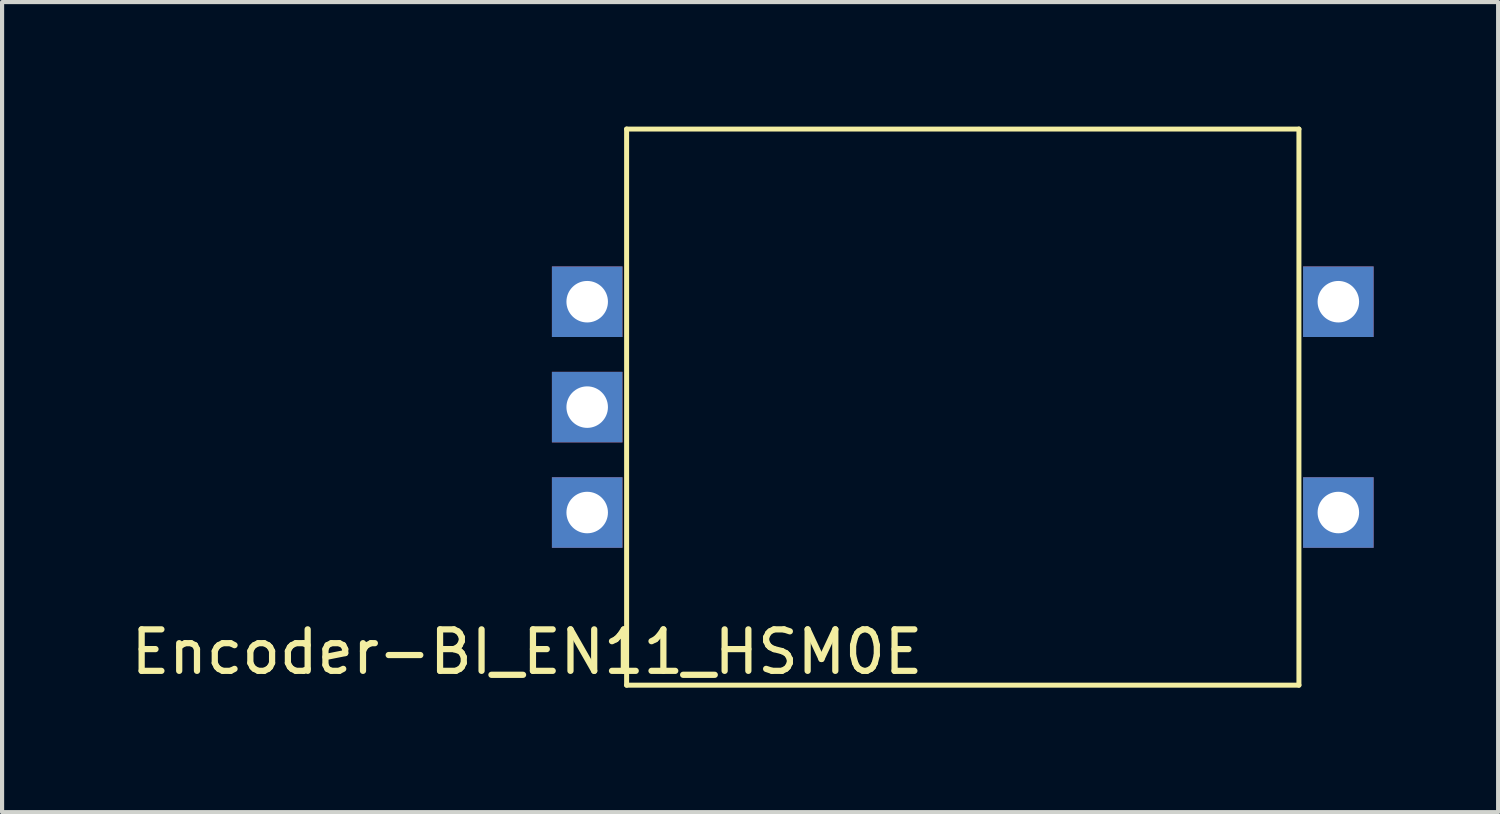
<source format=kicad_pcb>
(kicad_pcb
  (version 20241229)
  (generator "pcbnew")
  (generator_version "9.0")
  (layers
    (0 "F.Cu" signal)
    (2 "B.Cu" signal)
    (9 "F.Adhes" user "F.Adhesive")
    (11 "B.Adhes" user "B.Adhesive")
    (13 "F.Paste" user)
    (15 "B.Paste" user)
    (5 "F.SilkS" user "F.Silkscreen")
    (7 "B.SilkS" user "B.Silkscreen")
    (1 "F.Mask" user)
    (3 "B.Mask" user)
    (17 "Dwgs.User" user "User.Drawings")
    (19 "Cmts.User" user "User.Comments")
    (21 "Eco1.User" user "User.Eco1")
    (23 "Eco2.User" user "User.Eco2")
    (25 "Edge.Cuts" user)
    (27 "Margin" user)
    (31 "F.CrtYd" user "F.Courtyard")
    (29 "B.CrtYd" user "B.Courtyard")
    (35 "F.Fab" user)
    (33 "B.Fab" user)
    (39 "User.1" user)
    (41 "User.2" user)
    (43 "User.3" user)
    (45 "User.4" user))
  (footprint "Encoder-BI_EN11_HSM0E"
    (layer "F.Cu")
    (at 20.149 6.76)
    (property "Reference" "Encoder-BI_EN11_HSM0E" (at -10.5 5.9 0) (layer "F.SilkS") (effects (font (size 1 1) (thickness 0.15))))
    (attr through_hole)
    (fp_line (start -8.1 -6.7) (end 8.1 -6.7) (stroke (width 0.12) (type solid)) (layer "F.SilkS"))
    (fp_line (start -8.1 6.7) (end -8.1 -6.7) (stroke (width 0.12) (type solid)) (layer "F.SilkS"))
    (fp_line (start 8.1 6.7) (end -8.1 6.7) (stroke (width 0.12) (type solid)) (layer "F.SilkS"))
    (fp_line (start 8.1 6.7) (end 8.1 -6.7) (stroke (width 0.12) (type solid)) (layer "F.SilkS"))
    (pad "A" thru_hole rect (at -9.05 2.54) (size 1.7 1.7) (drill 1) (layers "*.Cu" "*.Mask"))
    (pad "B" thru_hole rect (at -9.05 -2.54) (size 1.7 1.7) (drill 1) (layers "*.Cu" "*.Mask"))
    (pad "C" thru_hole rect (at -9.05 0) (size 1.7 1.7) (drill 1) (layers "*.Cu" "*.Mask"))
    (pad "S1" thru_hole rect (at 9.05 -2.54) (size 1.7 1.7) (drill 1) (layers "*.Cu" "*.Mask"))
    (pad "S2" thru_hole rect (at 9.05 2.54) (size 1.7 1.7) (drill 1) (layers "*.Cu" "*.Mask")))
  (gr_rect
    (start -3 -3)
    (end 33.049 16.52)
    (stroke (width 0.1) (type default))
    (fill no)
    (layer "Edge.Cuts")))
</source>
